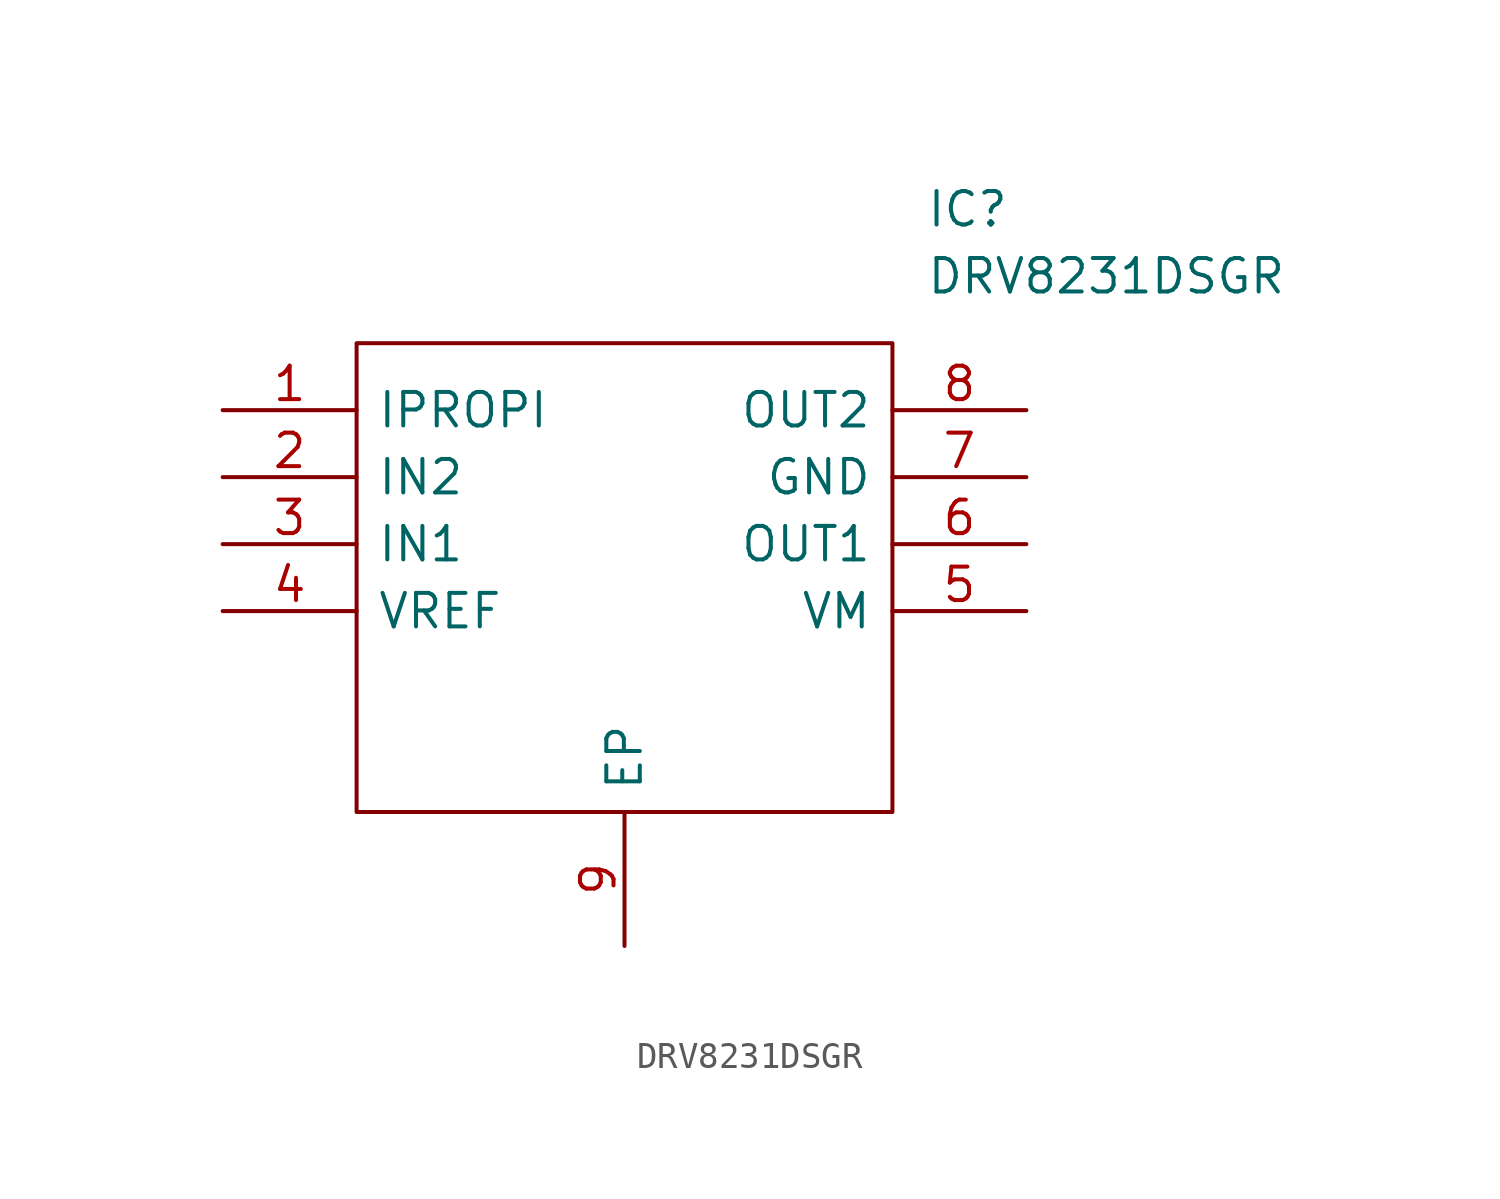
<source format=kicad_sym>
(kicad_symbol_lib
  (version 20211014)
  (generator kicad_symbol_editor)
  (symbol "DRV8231DSGR"
    (pin_names
      (offset 0.762))
    (property "Reference" "IC"
      (at 26.67 7.62 0)
      (effects (font (size 1.27 1.27)) (justify left)))
    (property "Value" "DRV8231DSGR"
      (at 26.67 5.08 0)
      (effects (font (size 1.27 1.27)) (justify left)))
    (symbol "DRV8231DSGR_0_0"
      (pin passive line (at 0 0 0) (length 5.08) (name "IPROPI" (effects (font (size 1.27 1.27)))) (number "1" (effects (font (size 1.27 1.27)))))
      (pin passive line (at 0 -2.54 0) (length 5.08) (name "IN2" (effects (font (size 1.27 1.27)))) (number "2" (effects (font (size 1.27 1.27)))))
      (pin passive line (at 0 -5.08 0) (length 5.08) (name "IN1" (effects (font (size 1.27 1.27)))) (number "3" (effects (font (size 1.27 1.27)))))
      (pin passive line (at 0 -7.62 0) (length 5.08) (name "VREF" (effects (font (size 1.27 1.27)))) (number "4" (effects (font (size 1.27 1.27)))))
      (pin passive line (at 30.48 -7.62 180) (length 5.08) (name "VM" (effects (font (size 1.27 1.27)))) (number "5" (effects (font (size 1.27 1.27)))))
      (pin passive line (at 30.48 -5.08 180) (length 5.08) (name "OUT1" (effects (font (size 1.27 1.27)))) (number "6" (effects (font (size 1.27 1.27)))))
      (pin passive line (at 30.48 -2.54 180) (length 5.08) (name "GND" (effects (font (size 1.27 1.27)))) (number "7" (effects (font (size 1.27 1.27)))))
      (pin passive line (at 30.48 0 180) (length 5.08) (name "OUT2" (effects (font (size 1.27 1.27)))) (number "8" (effects (font (size 1.27 1.27)))))
      (pin passive line (at 15.24 -20.32 90) (length 5.08) (name "EP" (effects (font (size 1.27 1.27)))) (number "9" (effects (font (size 1.27 1.27))))))
    (symbol "DRV8231DSGR_0_1"
      (polyline (pts (xy 5.08 2.54) (xy 25.4 2.54) (xy 25.4 -15.24) (xy 5.08 -15.24) (xy 5.08 2.54)) (stroke (width 0.152) (type default) (color 0 0 0 0)) (fill (type none))))))
</source>
